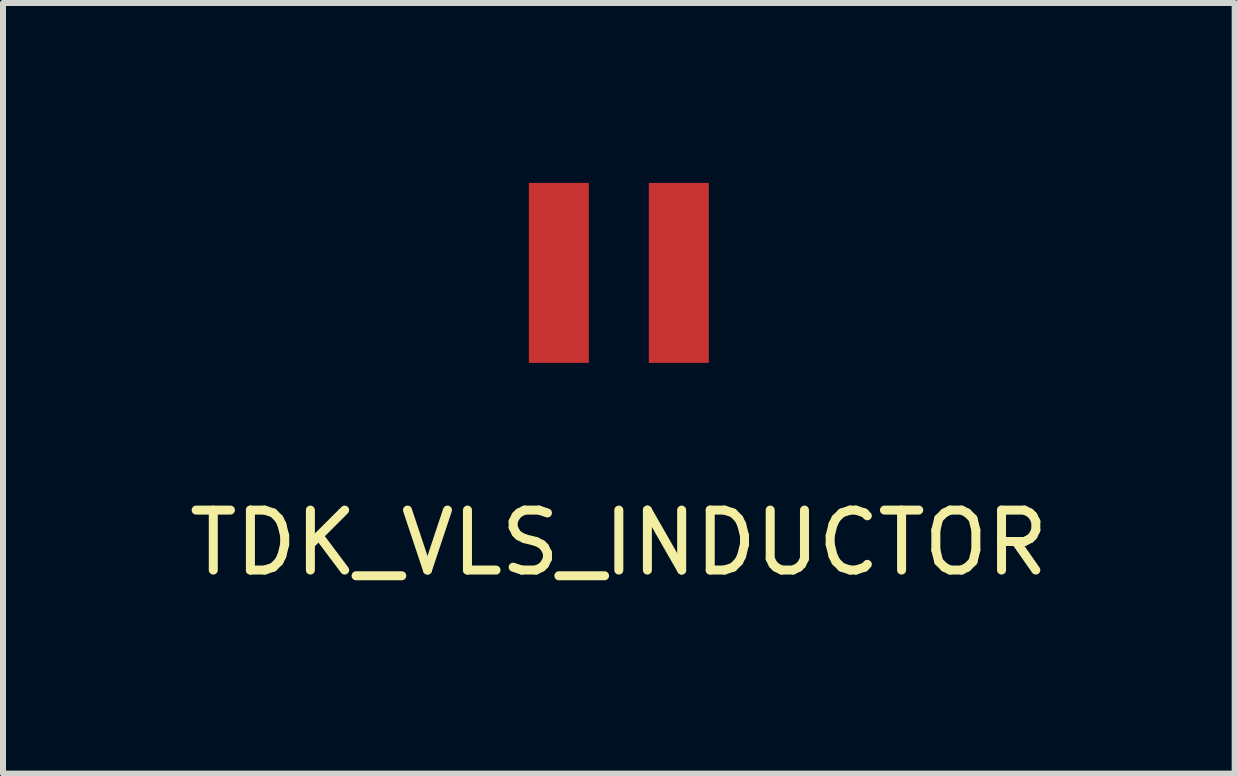
<source format=kicad_pcb>
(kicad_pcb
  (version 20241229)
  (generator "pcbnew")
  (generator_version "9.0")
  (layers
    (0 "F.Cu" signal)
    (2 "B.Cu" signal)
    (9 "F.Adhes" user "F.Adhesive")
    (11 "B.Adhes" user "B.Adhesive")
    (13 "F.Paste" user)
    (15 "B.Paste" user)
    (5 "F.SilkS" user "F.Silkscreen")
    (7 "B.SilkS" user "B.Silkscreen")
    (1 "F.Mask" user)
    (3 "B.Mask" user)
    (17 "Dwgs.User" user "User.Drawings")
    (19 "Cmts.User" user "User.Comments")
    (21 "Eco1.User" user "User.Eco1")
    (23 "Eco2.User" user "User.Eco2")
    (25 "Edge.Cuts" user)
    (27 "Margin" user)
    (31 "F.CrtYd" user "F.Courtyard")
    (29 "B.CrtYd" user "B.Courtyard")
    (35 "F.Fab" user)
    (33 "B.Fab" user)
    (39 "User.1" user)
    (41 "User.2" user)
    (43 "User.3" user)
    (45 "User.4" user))
  (footprint "TDK_VLS_INDUCTOR"
    (layer "F.Cu")
    (at 7.268 1.5)
    (property "Reference" "TDK_VLS_INDUCTOR" (at 0 4.5 0) (layer "F.SilkS") (effects (font (size 1 1) (thickness 0.15))))
    (attr through_hole)
    (pad "1" smd rect (at -1 0) (size 1 3) (layers "F.Cu" "F.Mask" "F.Paste"))
    (pad "2" smd rect (at 1 0) (size 1 3) (layers "F.Cu" "F.Mask" "F.Paste")))
  (gr_rect
    (start -3 -3)
    (end 17.536 9.848)
    (stroke (width 0.1) (type default))
    (fill no)
    (layer "Edge.Cuts")))
</source>
